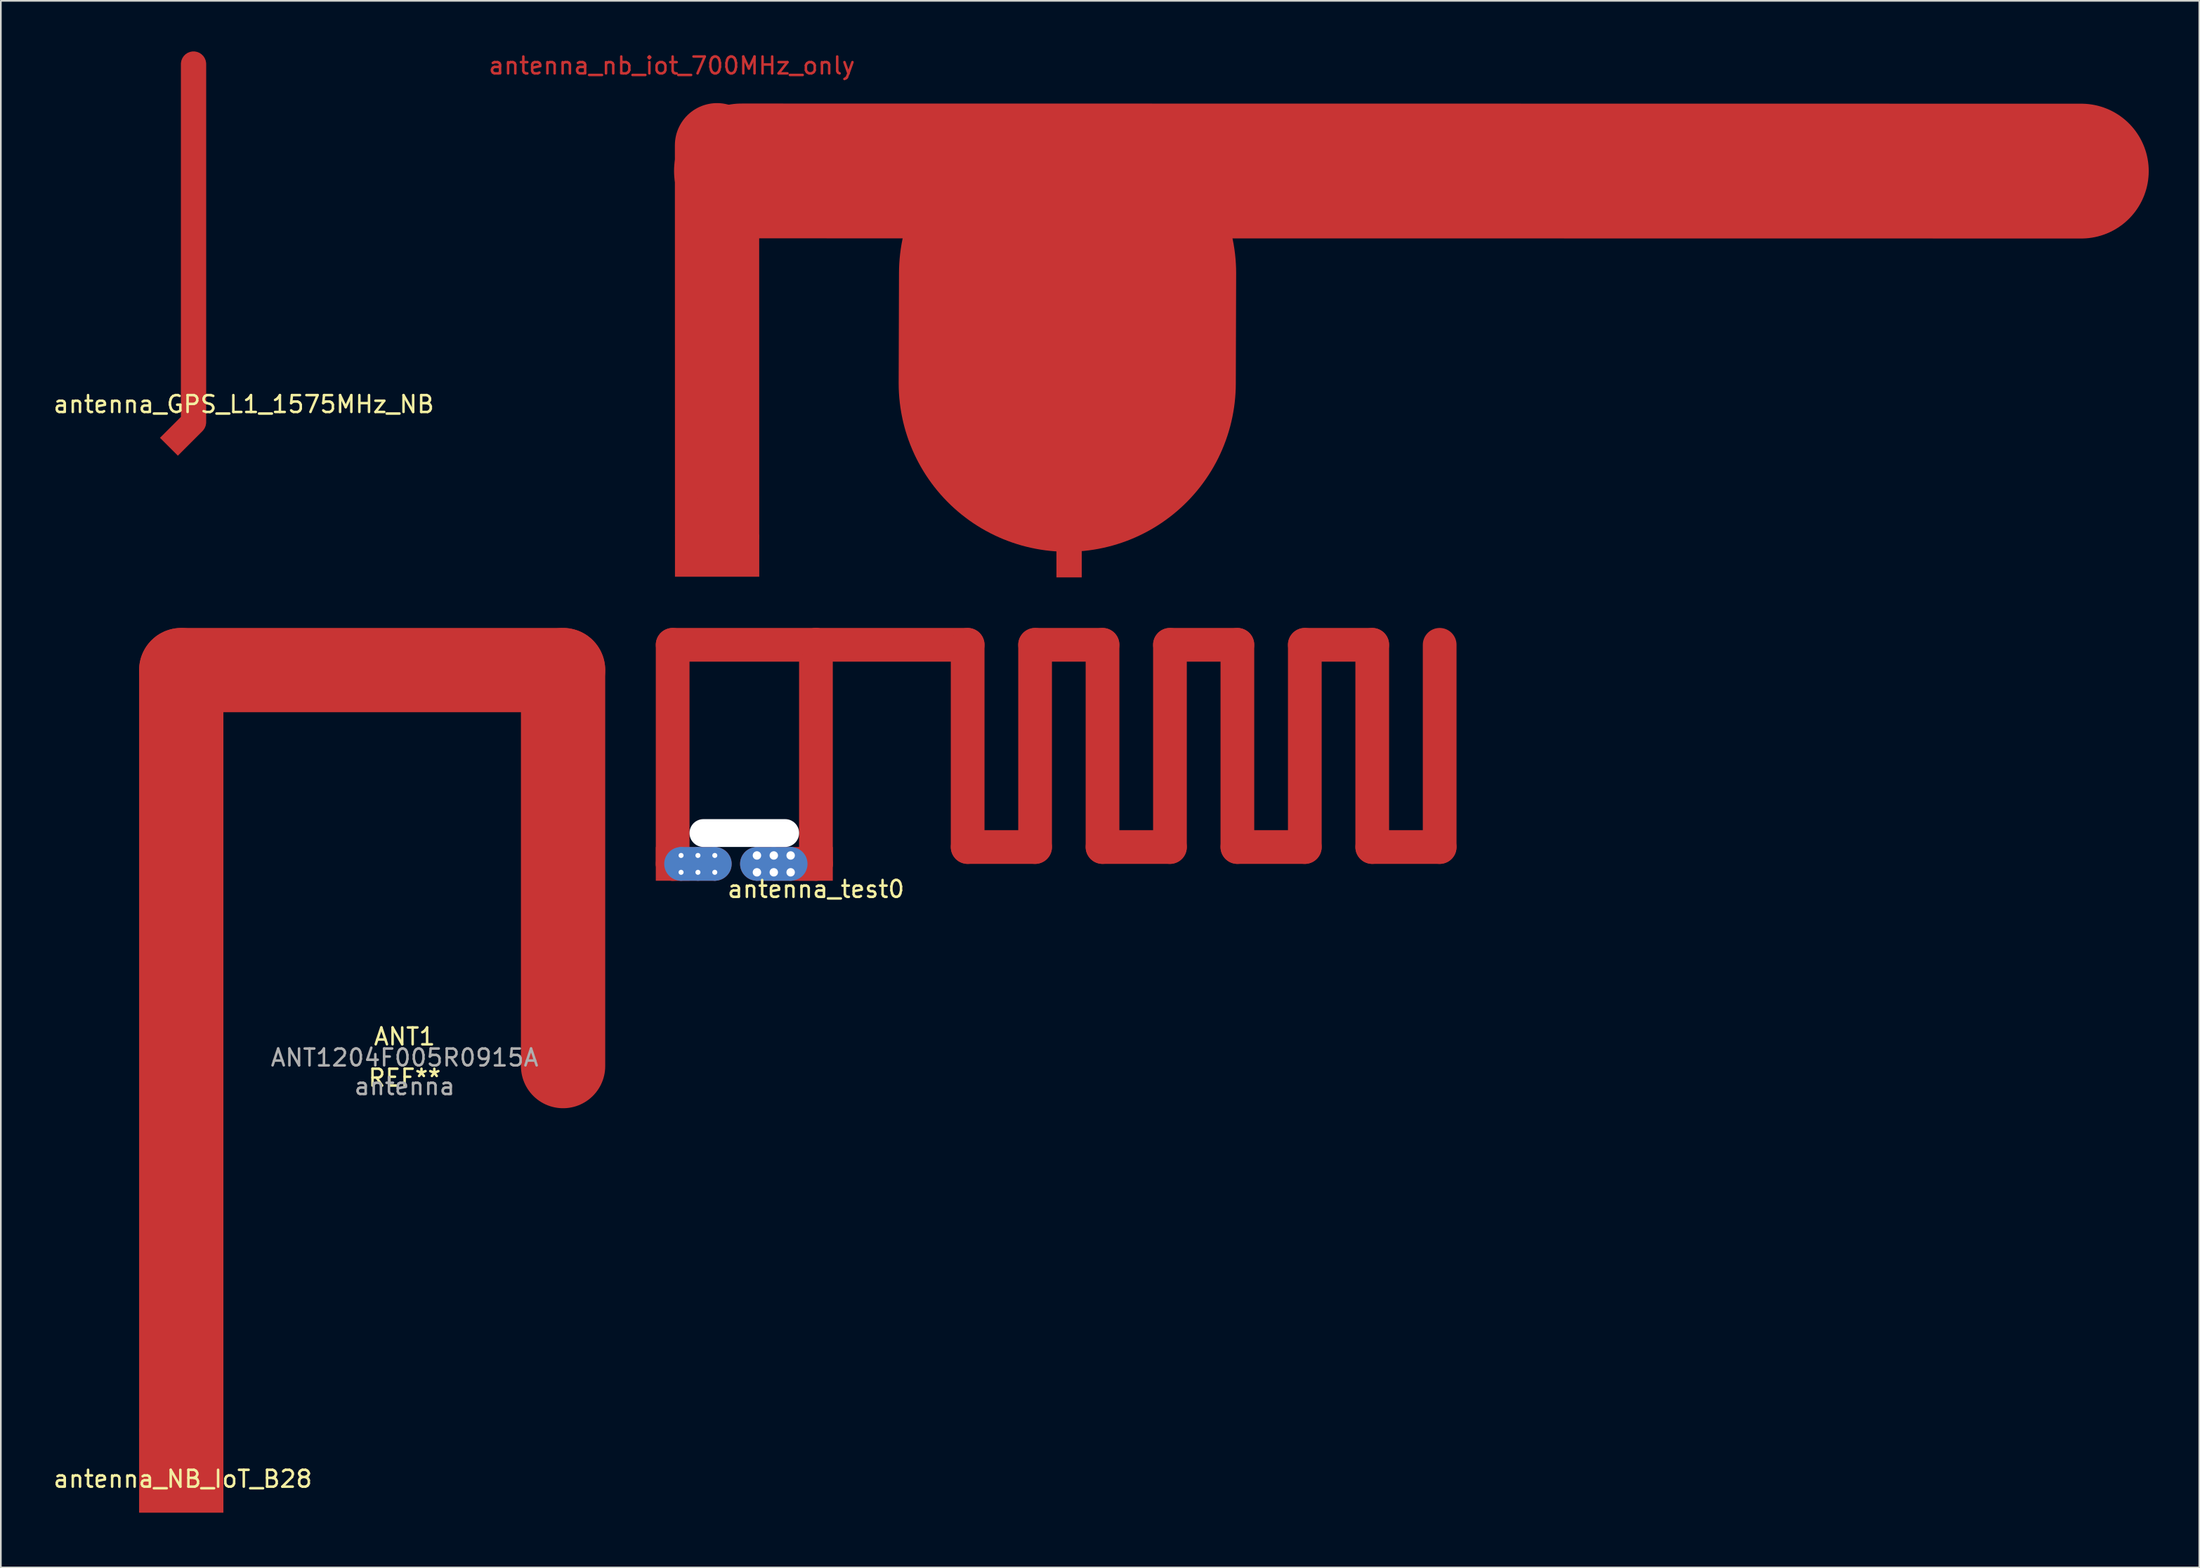
<source format=kicad_pcb>
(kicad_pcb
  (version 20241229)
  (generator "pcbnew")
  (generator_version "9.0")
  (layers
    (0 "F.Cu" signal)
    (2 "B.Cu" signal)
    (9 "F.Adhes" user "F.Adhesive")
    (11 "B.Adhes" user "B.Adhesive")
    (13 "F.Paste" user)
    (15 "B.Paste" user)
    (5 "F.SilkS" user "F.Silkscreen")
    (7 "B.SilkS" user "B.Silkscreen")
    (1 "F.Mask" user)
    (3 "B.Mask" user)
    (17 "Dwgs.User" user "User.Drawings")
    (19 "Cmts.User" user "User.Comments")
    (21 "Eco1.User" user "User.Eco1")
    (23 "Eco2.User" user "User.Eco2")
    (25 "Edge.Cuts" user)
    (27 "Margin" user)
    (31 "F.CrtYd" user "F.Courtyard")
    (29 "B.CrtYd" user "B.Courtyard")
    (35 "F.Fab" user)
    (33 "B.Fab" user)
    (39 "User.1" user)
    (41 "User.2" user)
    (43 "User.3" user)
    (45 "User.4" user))
  (footprint "antenna_GPS_L1_1575MHz_NB"
    (layer "F.Cu")
    (at 7.551 23.68)
    (property "Reference" "antenna_GPS_L1_1575MHz_NB" (at 3.86 -2.74 0) (layer "F.SilkS") (effects (font (size 1 1) (thickness 0.15))))
    (attr through_hole)
    (fp_line (start 0.88 -1.68) (end 0.88 -22.93) (stroke (width 1.5) (type solid)) (layer "F.Mask"))
    (fp_poly (pts (xy -0.05 -1.811) (xy 1.011 -0.75) (xy 1.38 -1.12) (xy 0.13 -1.99)) (stroke (width 0) (type solid)) (fill yes) (layer "F.Mask"))
    (pad "" smd custom (at -0.05 -0.75 45) (size 1.5 1.5) (layers "F.Cu" "F.Mask" "F.Paste") (options (anchor rect)) (primitives (gr_line (start 0 0) (end 1.315 0) (width 1.5)) (gr_line (start 1.315 0) (end 16.341 -15.026) (width 1.5)))))
  (footprint "antenna_NB_IoT_B28"
    (layer "F.Cu")
    (at 7.792 86.713)
    (property "Reference" "antenna_NB_IoT_B28" (at 0 -2 0) (layer "F.SilkS") (effects (font (size 1 1) (thickness 0.15))))
    (attr through_hole)
    (fp_line (start -0.09 -50) (end 22.56 -50) (stroke (width 5) (type solid)) (layer "F.Cu"))
    (fp_line (start -0.09 -5) (end -0.09 -50) (stroke (width 5) (type solid)) (layer "F.Cu"))
    (fp_line (start 22.56 -50) (end 22.56 -26.5) (stroke (width 5) (type solid)) (layer "F.Cu"))
    (fp_line (start -0.09 -50) (end 22.56 -50) (stroke (width 5) (type solid)) (layer "F.Mask"))
    (fp_line (start -0.09 -4) (end -0.09 -50) (stroke (width 5) (type solid)) (layer "F.Mask"))
    (fp_line (start 22.56 -50) (end 22.56 -26.5) (stroke (width 5) (type solid)) (layer "F.Mask"))
    (fp_poly (pts (xy -0.84 -3.25) (xy 0.66 -3.25) (xy 0.66 -4.5) (xy -0.84 -4.5)) (stroke (width 0) (type solid)) (fill yes) (layer "F.Mask"))
    (fp_text user "ANT1" (at 13.16 -28.25 0) (layer "F.SilkS") (effects (font (size 1 1) (thickness 0.15))))
    (fp_text user "REF**" (at 13.16 -25.8 0) (layer "F.SilkS") (effects (font (size 1 1) (thickness 0.15))))
    (fp_text user "ANT1204F005R0915A" (at 13.16 -27 0) (layer "F.Fab") (effects (font (size 1 1) (thickness 0.15))))
    (fp_text user "antenna" (at 13.16 -25.3 0) (layer "F.Fab") (effects (font (size 1 1) (thickness 0.15))))
    (pad "1" smd rect (at -0.09 -2.5) (size 5 5) (layers "F.Cu" "F.Mask")))
  (footprint "antenna_test0"
    (layer "F.Cu")
    (at 45.352 49.213)
    (property "Reference" "antenna_test0" (at 0 0.5 0) (layer "F.SilkS") (effects (font (size 1 1) (thickness 0.15))))
    (attr through_hole)
    (fp_line (start -8.5 -1) (end -8.5 -14) (stroke (width 2) (type solid)) (layer "F.Cu"))
    (fp_line (start -6 -1) (end -8.5 -1) (stroke (width 2) (type solid)) (layer "F.Cu"))
    (fp_line (start 0 -14) (end -8.5 -14) (stroke (width 2) (type solid)) (layer "F.Cu"))
    (fp_line (start 0 -1) (end -3.5 -1) (stroke (width 2) (type solid)) (layer "F.Cu"))
    (fp_line (start 0 -1) (end 0 -14) (stroke (width 2) (type solid)) (layer "F.Cu"))
    (fp_line (start 9 -14) (end 0 -14) (stroke (width 2) (type solid)) (layer "F.Cu"))
    (fp_line (start 9 -2) (end 9 -14) (stroke (width 2) (type solid)) (layer "F.Cu"))
    (fp_line (start 13 -2) (end 9 -2) (stroke (width 2) (type solid)) (layer "F.Cu"))
    (fp_line (start 13 -2) (end 13 -14) (stroke (width 2) (type solid)) (layer "F.Cu"))
    (fp_line (start 17 -14) (end 13 -14) (stroke (width 2) (type solid)) (layer "F.Cu"))
    (fp_line (start 17 -2) (end 17 -14) (stroke (width 2) (type solid)) (layer "F.Cu"))
    (fp_line (start 21 -2) (end 17 -2) (stroke (width 2) (type solid)) (layer "F.Cu"))
    (fp_line (start 21 -2) (end 21 -14) (stroke (width 2) (type solid)) (layer "F.Cu"))
    (fp_line (start 25 -14) (end 21 -14) (stroke (width 2) (type solid)) (layer "F.Cu"))
    (fp_line (start 25 -2) (end 25 -14) (stroke (width 2) (type solid)) (layer "F.Cu"))
    (fp_line (start 29 -2) (end 25 -2) (stroke (width 2) (type solid)) (layer "F.Cu"))
    (fp_line (start 29 -2) (end 29 -14) (stroke (width 2) (type solid)) (layer "F.Cu"))
    (fp_line (start 33 -14) (end 29 -14) (stroke (width 2) (type solid)) (layer "F.Cu"))
    (fp_line (start 33 -2) (end 33 -14) (stroke (width 2) (type solid)) (layer "F.Cu"))
    (fp_line (start 37 -2) (end 33 -2) (stroke (width 2) (type solid)) (layer "F.Cu"))
    (fp_line (start 37 -2) (end 37 -14) (stroke (width 2) (type solid)) (layer "F.Cu"))
    (fp_line (start -8.5 -1) (end -8.5 -14) (stroke (width 2) (type solid)) (layer "F.Mask"))
    (fp_line (start -6 -1) (end -8.5 -1) (stroke (width 2) (type solid)) (layer "F.Mask"))
    (fp_line (start 0 -14) (end -8.5 -14) (stroke (width 2) (type solid)) (layer "F.Mask"))
    (fp_line (start 0 -1) (end -3.5 -1) (stroke (width 2) (type solid)) (layer "F.Mask"))
    (fp_line (start 0 -1) (end 0 -14) (stroke (width 2) (type solid)) (layer "F.Mask"))
    (fp_line (start 9 -14) (end 0 -14) (stroke (width 2) (type solid)) (layer "F.Mask"))
    (fp_line (start 9 -2) (end 9 -14) (stroke (width 2) (type solid)) (layer "F.Mask"))
    (fp_line (start 13 -2) (end 9 -2) (stroke (width 2) (type solid)) (layer "F.Mask"))
    (fp_line (start 13 -2) (end 13 -14) (stroke (width 2) (type solid)) (layer "F.Mask"))
    (fp_line (start 17 -14) (end 13 -14) (stroke (width 2) (type solid)) (layer "F.Mask"))
    (fp_line (start 17 -2) (end 17 -14) (stroke (width 2) (type solid)) (layer "F.Mask"))
    (fp_line (start 21 -2) (end 17 -2) (stroke (width 2) (type solid)) (layer "F.Mask"))
    (fp_line (start 21 -2) (end 21 -14) (stroke (width 2) (type solid)) (layer "F.Mask"))
    (fp_line (start 25 -14) (end 21 -14) (stroke (width 2) (type solid)) (layer "F.Mask"))
    (fp_line (start 25 -2) (end 25 -14) (stroke (width 2) (type solid)) (layer "F.Mask"))
    (fp_line (start 29 -2) (end 25 -2) (stroke (width 2) (type solid)) (layer "F.Mask"))
    (fp_line (start 29 -2) (end 29 -14) (stroke (width 2) (type solid)) (layer "F.Mask"))
    (fp_line (start 33 -14) (end 29 -14) (stroke (width 2) (type solid)) (layer "F.Mask"))
    (fp_line (start 33 -2) (end 33 -14) (stroke (width 2) (type solid)) (layer "F.Mask"))
    (fp_line (start 37 -2) (end 33 -2) (stroke (width 2) (type solid)) (layer "F.Mask"))
    (fp_line (start 37 -2) (end 37 -14) (stroke (width 2) (type solid)) (layer "F.Mask"))
    (fp_line (start -6 -1) (end -8 -1) (stroke (width 2) (type solid)) (layer "B.Cu"))
    (fp_line (start -1.5 -1) (end -3.5 -1) (stroke (width 2) (type solid)) (layer "B.Cu"))
    (fp_line (start -6 -1) (end -8 -1) (stroke (width 2) (type solid)) (layer "B.Mask"))
    (fp_line (start -1.5 -1) (end -3.5 -1) (stroke (width 2) (type solid)) (layer "B.Mask"))
    (pad "" np_thru_hole oval (at -4.25 -2.83) (size 6.5 1.65) (drill oval 6.5 1.65) (layers "*.Cu"))
    (pad "1" smd rect (at 0 -1) (size 2 2) (layers "F.Cu" "F.Mask" "F.Paste"))
    (pad "2" smd rect (at -8.5 -1) (size 2 2) (layers "F.Cu" "F.Mask" "F.Paste"))
    (pad "2" thru_hole circle (at -8 -1.5) (size 1 1) (drill 0.3) (layers "*.Cu"))
    (pad "2" thru_hole circle (at -7 -1.5) (size 1 1) (drill 0.3) (layers "*.Cu"))
    (pad "3" thru_hole circle (at -3.5 -1.5) (size 1 1) (drill 0.5) (layers "*.Cu"))
    (pad "4" thru_hole circle (at -2.5 -1.5) (size 1 1) (drill 0.5) (layers "*.Cu"))
    (pad "5" thru_hole circle (at -1.5 -1.5) (size 1 1) (drill 0.5) (layers "*.Cu"))
    (pad "6" thru_hole circle (at -3.5 -0.5) (size 1 1) (drill 0.5) (layers "*.Cu"))
    (pad "7" thru_hole circle (at -2.5 -0.5) (size 1 1) (drill 0.5) (layers "*.Cu"))
    (pad "8" thru_hole circle (at -1.5 -0.5) (size 1 1) (drill 0.5) (layers "*.Cu"))
    (pad "11" thru_hole circle (at -6 -1.5) (size 1 1) (drill 0.3) (layers "*.Cu"))
    (pad "12" thru_hole circle (at -8 -0.5) (size 1 1) (drill 0.3) (layers "*.Cu"))
    (pad "13" thru_hole circle (at -7 -0.5) (size 1 1) (drill 0.3) (layers "*.Cu"))
    (pad "14" thru_hole circle (at -6 -0.5) (size 1 1) (drill 0.3) (layers "*.Cu")))
  (footprint "antenna_nb_iot_700MHz_only"
    (layer "F.Cu")
    (at 36.804 2.848)
    (property "Reference" "antenna_nb_iot_700MHz_only" (at 0 -2 0) (layer "F.Cu") (effects (font (size 1 1) (thickness 0.15))))
    (attr through_hole)
    (fp_line (start 2.685 25.78) (end 2.68 2.72) (stroke (width 5) (type solid)) (layer "F.Cu"))
    (fp_line (start 4.755 23.745) (end 0.805 23.76) (stroke (width 0.2) (type solid)) (layer "F.Cu"))
    (fp_line (start 23.475 10.318) (end 23.455 16.843) (stroke (width 20) (type solid)) (layer "F.Cu"))
    (fp_line (start 23.565 27.555) (end 23.565 5.555) (stroke (width 1.5) (type solid)) (layer "F.Cu"))
    (fp_line (start 83.61 4.255) (end 4.13 4.245) (stroke (width 8) (type solid)) (layer "F.Cu"))
    (pad "1" smd rect (at 23.565 27.615) (size 1.5 1.5) (layers "F.Cu" "F.Mask" "F.Paste"))
    (pad "2" smd rect (at 2.685 27.075) (size 5 2.5) (layers "F.Cu" "F.Mask" "F.Paste")))
  (gr_rect
    (start -3 -3)
    (end 127.414 89.963)
    (stroke (width 0.1) (type default))
    (fill no)
    (layer "Edge.Cuts")))
</source>
